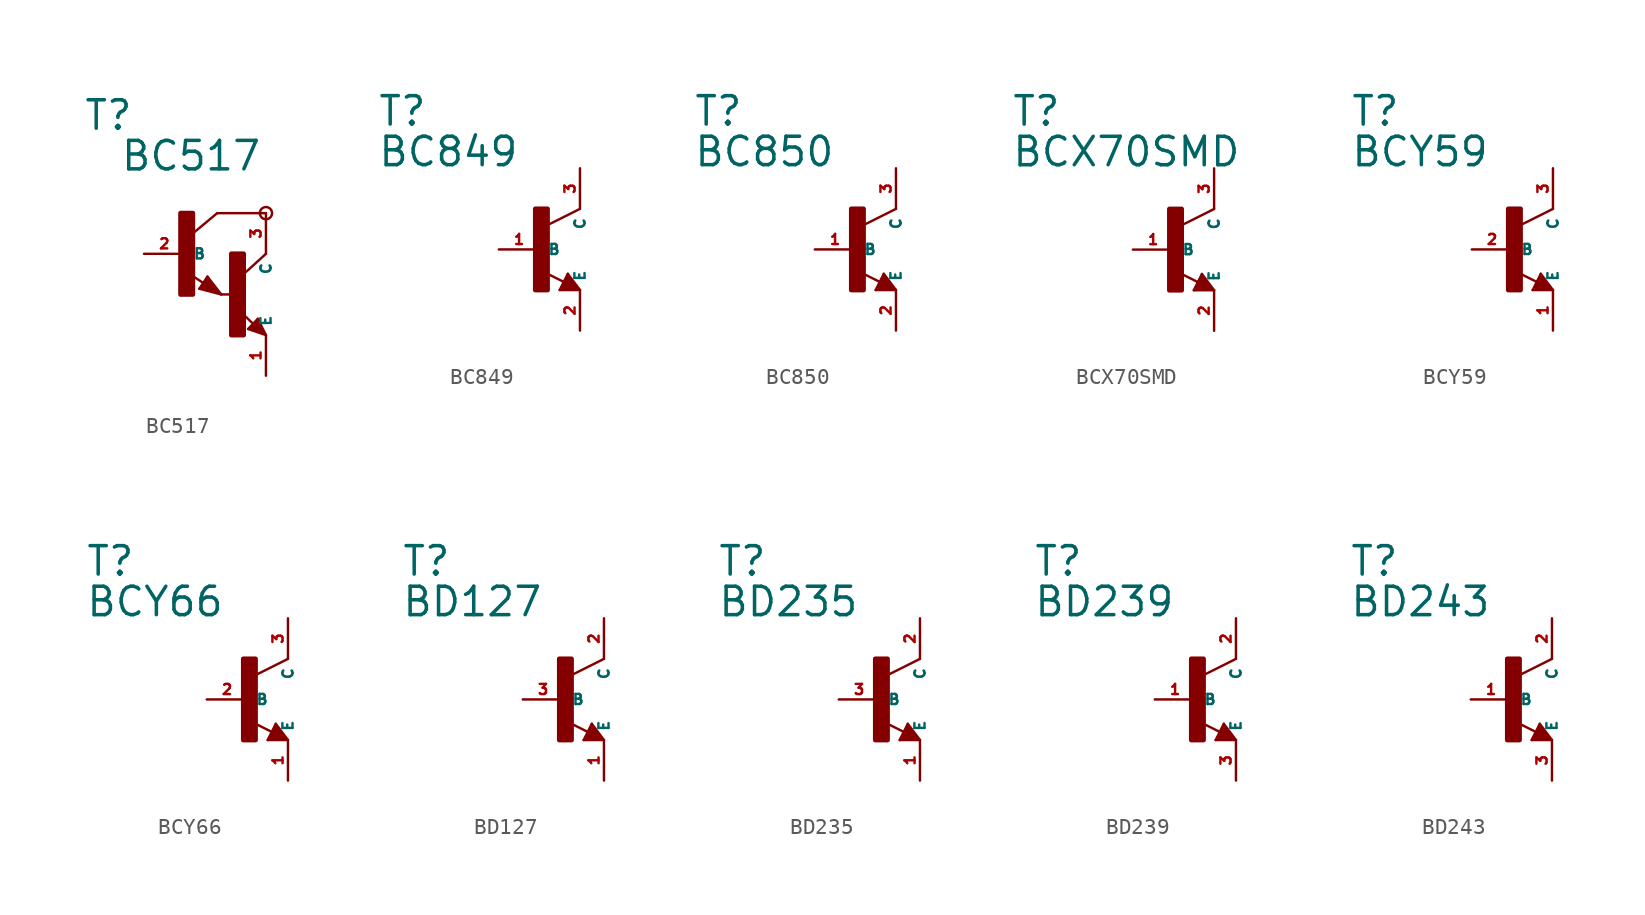
<source format=kicad_sym>
(kicad_symbol_lib
  (version 20220914)
  (generator Eagle2Kicad)
  (symbol "BC517"
    (property "Reference" "T"
      (at -6.35 7.62 0)
      (effects (font (size 1.778 1.778) (thickness 0.22)) (justify left bottom)))
    (property "Value" "BC517"
      (at -4.064 5.08 0)
      (effects (font (size 1.778 1.778) (thickness 0.22)) (justify left bottom)))
    (polyline
      (pts (xy 5.08 2.54) (xy 2.032 2.54))
      (stroke (width 0.152) (type default))
      (fill (type none)))
    (polyline
      (pts (xy 1.424 -1.424) (xy 2.286 -2.54))
      (stroke (width 0.152) (type default))
      (fill (type none)))
    (polyline
      (pts (xy 2.921 -2.54) (xy 2.286 -2.54))
      (stroke (width 0.152) (type default))
      (fill (type none)))
    (polyline
      (pts (xy 0.916 -2.186) (xy 1.424 -1.424))
      (stroke (width 0.152) (type default))
      (fill (type none)))
    (polyline
      (pts (xy 2.286 -2.54) (xy 0.916 -2.186))
      (stroke (width 0.152) (type default))
      (fill (type none)))
    (polyline
      (pts (xy 2.032 2.54) (xy 0.508 1.27))
      (stroke (width 0.152) (type default))
      (fill (type none)))
    (polyline
      (pts (xy 5.08 0) (xy 3.683 -1.27))
      (stroke (width 0.152) (type default))
      (fill (type none)))
    (polyline
      (pts (xy 5.08 -5.08) (xy 3.964 -4.699))
      (stroke (width 0.152) (type default))
      (fill (type none)))
    (polyline
      (pts (xy 4.572 -4.064) (xy 5.08 -5.08))
      (stroke (width 0.152) (type default))
      (fill (type none)))
    (polyline
      (pts (xy 3.964 -4.699) (xy 4.572 -4.064))
      (stroke (width 0.152) (type default))
      (fill (type none)))
    (polyline
      (pts (xy 1.186 -1.84) (xy 0.208 -1.197))
      (stroke (width 0.152) (type default))
      (fill (type none)))
    (polyline
      (pts (xy 4.28 -4.38) (xy 3.483 -3.61))
      (stroke (width 0.152) (type default))
      (fill (type none)))
    (polyline
      (pts (xy 2.159 -2.413) (xy 1.397 -1.524))
      (stroke (width 0.127) (type default))
      (fill (type none)))
    (polyline
      (pts (xy 1.397 -1.524) (xy 1.016 -2.159))
      (stroke (width 0.127) (type default))
      (fill (type none)))
    (polyline
      (pts (xy 1.016 -2.159) (xy 2.032 -2.413))
      (stroke (width 0.127) (type default))
      (fill (type none)))
    (polyline
      (pts (xy 2.032 -2.413) (xy 1.397 -1.651))
      (stroke (width 0.127) (type default))
      (fill (type none)))
    (polyline
      (pts (xy 1.397 -1.651) (xy 1.143 -2.032))
      (stroke (width 0.127) (type default))
      (fill (type none)))
    (polyline
      (pts (xy 1.143 -2.032) (xy 1.905 -2.286))
      (stroke (width 0.254) (type default))
      (fill (type none)))
    (polyline
      (pts (xy 1.905 -2.286) (xy 1.397 -1.778))
      (stroke (width 0.254) (type default))
      (fill (type none)))
    (polyline
      (pts (xy 1.397 -1.778) (xy 1.397 -1.905))
      (stroke (width 0.254) (type default))
      (fill (type none)))
    (polyline
      (pts (xy 4.953 -4.953) (xy 4.572 -4.191))
      (stroke (width 0.127) (type default))
      (fill (type none)))
    (polyline
      (pts (xy 4.572 -4.191) (xy 4.064 -4.699))
      (stroke (width 0.127) (type default))
      (fill (type none)))
    (polyline
      (pts (xy 4.064 -4.699) (xy 4.826 -4.953))
      (stroke (width 0.127) (type default))
      (fill (type none)))
    (polyline
      (pts (xy 4.826 -4.953) (xy 4.572 -4.318))
      (stroke (width 0.127) (type default))
      (fill (type none)))
    (polyline
      (pts (xy 4.572 -4.318) (xy 4.191 -4.699))
      (stroke (width 0.254) (type default))
      (fill (type none)))
    (polyline
      (pts (xy 4.191 -4.699) (xy 4.699 -4.826))
      (stroke (width 0.254) (type default))
      (fill (type none)))
    (polyline
      (pts (xy 4.699 -4.826) (xy 4.572 -4.572))
      (stroke (width 0.254) (type default))
      (fill (type none)))
    (polyline
      (pts (xy 4.572 -4.572) (xy 4.445 -4.572))
      (stroke (width 0.254) (type default))
      (fill (type none)))
    (circle
      (center 5.08 2.54)
      (radius 0.381)
      (stroke (width 0) (type default))
      (fill (type none)))
    (rectangle
      (start -0.254 -2.54)
      (end 0.508 2.54)
      (stroke (width 0.3) (type default))
      (fill (type outline)))
    (rectangle
      (start 2.921 -5.08)
      (end 3.683 0)
      (stroke (width 0.3) (type default))
      (fill (type outline)))
    (pin passive line
      (at -2.54 0 0)
      (length 2.54)
      (name "B" (effects (font (size 0.635 0.635) (thickness 0.08)) (justify left bottom)))
      (number "2" (effects (font (size 0.635 0.635) (thickness 0.08)) (justify left bottom))))
    (pin passive line
      (at 5.08 -7.62 90)
      (length 2.54)
      (name "E" (effects (font (size 0.635 0.635) (thickness 0.08)) (justify left bottom)))
      (number "1" (effects (font (size 0.635 0.635) (thickness 0.08)) (justify left bottom))))
    (pin passive line
      (at 5.08 2.54 270)
      (length 2.54)
      (name "C" (effects (font (size 0.635 0.635) (thickness 0.08)) (justify left bottom)))
      (number "3" (effects (font (size 0.635 0.635) (thickness 0.08)) (justify left bottom)))))
  (symbol "BC849"
    (property "Reference" "T"
      (at -10.16 7.62 0)
      (effects (font (size 1.778 1.778) (thickness 0.22)) (justify left bottom)))
    (property "Value" "BC849"
      (at -10.16 5.08 0)
      (effects (font (size 1.778 1.778) (thickness 0.22)) (justify left bottom)))
    (polyline
      (pts (xy 2.54 2.54) (xy 0.508 1.524))
      (stroke (width 0.152) (type default))
      (fill (type none)))
    (polyline
      (pts (xy 1.778 -1.524) (xy 2.54 -2.54))
      (stroke (width 0.152) (type default))
      (fill (type none)))
    (polyline
      (pts (xy 2.54 -2.54) (xy 1.27 -2.54))
      (stroke (width 0.152) (type default))
      (fill (type none)))
    (polyline
      (pts (xy 1.27 -2.54) (xy 1.778 -1.524))
      (stroke (width 0.152) (type default))
      (fill (type none)))
    (polyline
      (pts (xy 1.54 -2.04) (xy 0.308 -1.424))
      (stroke (width 0.152) (type default))
      (fill (type none)))
    (polyline
      (pts (xy 1.524 -2.413) (xy 2.286 -2.413))
      (stroke (width 0.254) (type default))
      (fill (type none)))
    (polyline
      (pts (xy 2.286 -2.413) (xy 1.778 -1.778))
      (stroke (width 0.254) (type default))
      (fill (type none)))
    (polyline
      (pts (xy 1.778 -1.778) (xy 1.524 -2.286))
      (stroke (width 0.254) (type default))
      (fill (type none)))
    (polyline
      (pts (xy 1.524 -2.286) (xy 1.905 -2.286))
      (stroke (width 0.254) (type default))
      (fill (type none)))
    (polyline
      (pts (xy 1.905 -2.286) (xy 1.778 -2.032))
      (stroke (width 0.254) (type default))
      (fill (type none)))
    (rectangle
      (start -0.254 -2.54)
      (end 0.508 2.54)
      (stroke (width 0.3) (type default))
      (fill (type outline)))
    (pin passive line
      (at -2.54 0 0)
      (length 2.54)
      (name "B" (effects (font (size 0.635 0.635) (thickness 0.08)) (justify left bottom)))
      (number "1" (effects (font (size 0.635 0.635) (thickness 0.08)) (justify left bottom))))
    (pin passive line
      (at 2.54 -5.08 90)
      (length 2.54)
      (name "E" (effects (font (size 0.635 0.635) (thickness 0.08)) (justify left bottom)))
      (number "2" (effects (font (size 0.635 0.635) (thickness 0.08)) (justify left bottom))))
    (pin passive line
      (at 2.54 5.08 270)
      (length 2.54)
      (name "C" (effects (font (size 0.635 0.635) (thickness 0.08)) (justify left bottom)))
      (number "3" (effects (font (size 0.635 0.635) (thickness 0.08)) (justify left bottom)))))
  (symbol "BC850"
    (property "Reference" "T"
      (at -10.16 7.62 0)
      (effects (font (size 1.778 1.778) (thickness 0.22)) (justify left bottom)))
    (property "Value" "BC850"
      (at -10.16 5.08 0)
      (effects (font (size 1.778 1.778) (thickness 0.22)) (justify left bottom)))
    (polyline
      (pts (xy 2.54 2.54) (xy 0.508 1.524))
      (stroke (width 0.152) (type default))
      (fill (type none)))
    (polyline
      (pts (xy 1.778 -1.524) (xy 2.54 -2.54))
      (stroke (width 0.152) (type default))
      (fill (type none)))
    (polyline
      (pts (xy 2.54 -2.54) (xy 1.27 -2.54))
      (stroke (width 0.152) (type default))
      (fill (type none)))
    (polyline
      (pts (xy 1.27 -2.54) (xy 1.778 -1.524))
      (stroke (width 0.152) (type default))
      (fill (type none)))
    (polyline
      (pts (xy 1.54 -2.04) (xy 0.308 -1.424))
      (stroke (width 0.152) (type default))
      (fill (type none)))
    (polyline
      (pts (xy 1.524 -2.413) (xy 2.286 -2.413))
      (stroke (width 0.254) (type default))
      (fill (type none)))
    (polyline
      (pts (xy 2.286 -2.413) (xy 1.778 -1.778))
      (stroke (width 0.254) (type default))
      (fill (type none)))
    (polyline
      (pts (xy 1.778 -1.778) (xy 1.524 -2.286))
      (stroke (width 0.254) (type default))
      (fill (type none)))
    (polyline
      (pts (xy 1.524 -2.286) (xy 1.905 -2.286))
      (stroke (width 0.254) (type default))
      (fill (type none)))
    (polyline
      (pts (xy 1.905 -2.286) (xy 1.778 -2.032))
      (stroke (width 0.254) (type default))
      (fill (type none)))
    (rectangle
      (start -0.254 -2.54)
      (end 0.508 2.54)
      (stroke (width 0.3) (type default))
      (fill (type outline)))
    (pin passive line
      (at -2.54 0 0)
      (length 2.54)
      (name "B" (effects (font (size 0.635 0.635) (thickness 0.08)) (justify left bottom)))
      (number "1" (effects (font (size 0.635 0.635) (thickness 0.08)) (justify left bottom))))
    (pin passive line
      (at 2.54 -5.08 90)
      (length 2.54)
      (name "E" (effects (font (size 0.635 0.635) (thickness 0.08)) (justify left bottom)))
      (number "2" (effects (font (size 0.635 0.635) (thickness 0.08)) (justify left bottom))))
    (pin passive line
      (at 2.54 5.08 270)
      (length 2.54)
      (name "C" (effects (font (size 0.635 0.635) (thickness 0.08)) (justify left bottom)))
      (number "3" (effects (font (size 0.635 0.635) (thickness 0.08)) (justify left bottom)))))
  (symbol "BCX70SMD"
    (property "Reference" "T"
      (at -10.16 7.62 0)
      (effects (font (size 1.778 1.778) (thickness 0.22)) (justify left bottom)))
    (property "Value" "BCX70SMD"
      (at -10.16 5.08 0)
      (effects (font (size 1.778 1.778) (thickness 0.22)) (justify left bottom)))
    (polyline
      (pts (xy 2.54 2.54) (xy 0.508 1.524))
      (stroke (width 0.152) (type default))
      (fill (type none)))
    (polyline
      (pts (xy 1.778 -1.524) (xy 2.54 -2.54))
      (stroke (width 0.152) (type default))
      (fill (type none)))
    (polyline
      (pts (xy 2.54 -2.54) (xy 1.27 -2.54))
      (stroke (width 0.152) (type default))
      (fill (type none)))
    (polyline
      (pts (xy 1.27 -2.54) (xy 1.778 -1.524))
      (stroke (width 0.152) (type default))
      (fill (type none)))
    (polyline
      (pts (xy 1.54 -2.04) (xy 0.308 -1.424))
      (stroke (width 0.152) (type default))
      (fill (type none)))
    (polyline
      (pts (xy 1.524 -2.413) (xy 2.286 -2.413))
      (stroke (width 0.254) (type default))
      (fill (type none)))
    (polyline
      (pts (xy 2.286 -2.413) (xy 1.778 -1.778))
      (stroke (width 0.254) (type default))
      (fill (type none)))
    (polyline
      (pts (xy 1.778 -1.778) (xy 1.524 -2.286))
      (stroke (width 0.254) (type default))
      (fill (type none)))
    (polyline
      (pts (xy 1.524 -2.286) (xy 1.905 -2.286))
      (stroke (width 0.254) (type default))
      (fill (type none)))
    (polyline
      (pts (xy 1.905 -2.286) (xy 1.778 -2.032))
      (stroke (width 0.254) (type default))
      (fill (type none)))
    (rectangle
      (start -0.254 -2.54)
      (end 0.508 2.54)
      (stroke (width 0.3) (type default))
      (fill (type outline)))
    (pin passive line
      (at -2.54 0 0)
      (length 2.54)
      (name "B" (effects (font (size 0.635 0.635) (thickness 0.08)) (justify left bottom)))
      (number "1" (effects (font (size 0.635 0.635) (thickness 0.08)) (justify left bottom))))
    (pin passive line
      (at 2.54 -5.08 90)
      (length 2.54)
      (name "E" (effects (font (size 0.635 0.635) (thickness 0.08)) (justify left bottom)))
      (number "2" (effects (font (size 0.635 0.635) (thickness 0.08)) (justify left bottom))))
    (pin passive line
      (at 2.54 5.08 270)
      (length 2.54)
      (name "C" (effects (font (size 0.635 0.635) (thickness 0.08)) (justify left bottom)))
      (number "3" (effects (font (size 0.635 0.635) (thickness 0.08)) (justify left bottom)))))
  (symbol "BCY59"
    (property "Reference" "T"
      (at -10.16 7.62 0)
      (effects (font (size 1.778 1.778) (thickness 0.22)) (justify left bottom)))
    (property "Value" "BCY59"
      (at -10.16 5.08 0)
      (effects (font (size 1.778 1.778) (thickness 0.22)) (justify left bottom)))
    (polyline
      (pts (xy 2.54 2.54) (xy 0.508 1.524))
      (stroke (width 0.152) (type default))
      (fill (type none)))
    (polyline
      (pts (xy 1.778 -1.524) (xy 2.54 -2.54))
      (stroke (width 0.152) (type default))
      (fill (type none)))
    (polyline
      (pts (xy 2.54 -2.54) (xy 1.27 -2.54))
      (stroke (width 0.152) (type default))
      (fill (type none)))
    (polyline
      (pts (xy 1.27 -2.54) (xy 1.778 -1.524))
      (stroke (width 0.152) (type default))
      (fill (type none)))
    (polyline
      (pts (xy 1.54 -2.04) (xy 0.308 -1.424))
      (stroke (width 0.152) (type default))
      (fill (type none)))
    (polyline
      (pts (xy 1.524 -2.413) (xy 2.286 -2.413))
      (stroke (width 0.254) (type default))
      (fill (type none)))
    (polyline
      (pts (xy 2.286 -2.413) (xy 1.778 -1.778))
      (stroke (width 0.254) (type default))
      (fill (type none)))
    (polyline
      (pts (xy 1.778 -1.778) (xy 1.524 -2.286))
      (stroke (width 0.254) (type default))
      (fill (type none)))
    (polyline
      (pts (xy 1.524 -2.286) (xy 1.905 -2.286))
      (stroke (width 0.254) (type default))
      (fill (type none)))
    (polyline
      (pts (xy 1.905 -2.286) (xy 1.778 -2.032))
      (stroke (width 0.254) (type default))
      (fill (type none)))
    (rectangle
      (start -0.254 -2.54)
      (end 0.508 2.54)
      (stroke (width 0.3) (type default))
      (fill (type outline)))
    (pin passive line
      (at -2.54 0 0)
      (length 2.54)
      (name "B" (effects (font (size 0.635 0.635) (thickness 0.08)) (justify left bottom)))
      (number "2" (effects (font (size 0.635 0.635) (thickness 0.08)) (justify left bottom))))
    (pin passive line
      (at 2.54 -5.08 90)
      (length 2.54)
      (name "E" (effects (font (size 0.635 0.635) (thickness 0.08)) (justify left bottom)))
      (number "1" (effects (font (size 0.635 0.635) (thickness 0.08)) (justify left bottom))))
    (pin passive line
      (at 2.54 5.08 270)
      (length 2.54)
      (name "C" (effects (font (size 0.635 0.635) (thickness 0.08)) (justify left bottom)))
      (number "3" (effects (font (size 0.635 0.635) (thickness 0.08)) (justify left bottom)))))
  (symbol "BCY66"
    (property "Reference" "T"
      (at -10.16 7.62 0)
      (effects (font (size 1.778 1.778) (thickness 0.22)) (justify left bottom)))
    (property "Value" "BCY66"
      (at -10.16 5.08 0)
      (effects (font (size 1.778 1.778) (thickness 0.22)) (justify left bottom)))
    (polyline
      (pts (xy 2.54 2.54) (xy 0.508 1.524))
      (stroke (width 0.152) (type default))
      (fill (type none)))
    (polyline
      (pts (xy 1.778 -1.524) (xy 2.54 -2.54))
      (stroke (width 0.152) (type default))
      (fill (type none)))
    (polyline
      (pts (xy 2.54 -2.54) (xy 1.27 -2.54))
      (stroke (width 0.152) (type default))
      (fill (type none)))
    (polyline
      (pts (xy 1.27 -2.54) (xy 1.778 -1.524))
      (stroke (width 0.152) (type default))
      (fill (type none)))
    (polyline
      (pts (xy 1.54 -2.04) (xy 0.308 -1.424))
      (stroke (width 0.152) (type default))
      (fill (type none)))
    (polyline
      (pts (xy 1.524 -2.413) (xy 2.286 -2.413))
      (stroke (width 0.254) (type default))
      (fill (type none)))
    (polyline
      (pts (xy 2.286 -2.413) (xy 1.778 -1.778))
      (stroke (width 0.254) (type default))
      (fill (type none)))
    (polyline
      (pts (xy 1.778 -1.778) (xy 1.524 -2.286))
      (stroke (width 0.254) (type default))
      (fill (type none)))
    (polyline
      (pts (xy 1.524 -2.286) (xy 1.905 -2.286))
      (stroke (width 0.254) (type default))
      (fill (type none)))
    (polyline
      (pts (xy 1.905 -2.286) (xy 1.778 -2.032))
      (stroke (width 0.254) (type default))
      (fill (type none)))
    (rectangle
      (start -0.254 -2.54)
      (end 0.508 2.54)
      (stroke (width 0.3) (type default))
      (fill (type outline)))
    (pin passive line
      (at -2.54 0 0)
      (length 2.54)
      (name "B" (effects (font (size 0.635 0.635) (thickness 0.08)) (justify left bottom)))
      (number "2" (effects (font (size 0.635 0.635) (thickness 0.08)) (justify left bottom))))
    (pin passive line
      (at 2.54 -5.08 90)
      (length 2.54)
      (name "E" (effects (font (size 0.635 0.635) (thickness 0.08)) (justify left bottom)))
      (number "1" (effects (font (size 0.635 0.635) (thickness 0.08)) (justify left bottom))))
    (pin passive line
      (at 2.54 5.08 270)
      (length 2.54)
      (name "C" (effects (font (size 0.635 0.635) (thickness 0.08)) (justify left bottom)))
      (number "3" (effects (font (size 0.635 0.635) (thickness 0.08)) (justify left bottom)))))
  (symbol "BD127"
    (property "Reference" "T"
      (at -10.16 7.62 0)
      (effects (font (size 1.778 1.778) (thickness 0.22)) (justify left bottom)))
    (property "Value" "BD127"
      (at -10.16 5.08 0)
      (effects (font (size 1.778 1.778) (thickness 0.22)) (justify left bottom)))
    (polyline
      (pts (xy 2.54 2.54) (xy 0.508 1.524))
      (stroke (width 0.152) (type default))
      (fill (type none)))
    (polyline
      (pts (xy 1.778 -1.524) (xy 2.54 -2.54))
      (stroke (width 0.152) (type default))
      (fill (type none)))
    (polyline
      (pts (xy 2.54 -2.54) (xy 1.27 -2.54))
      (stroke (width 0.152) (type default))
      (fill (type none)))
    (polyline
      (pts (xy 1.27 -2.54) (xy 1.778 -1.524))
      (stroke (width 0.152) (type default))
      (fill (type none)))
    (polyline
      (pts (xy 1.54 -2.04) (xy 0.308 -1.424))
      (stroke (width 0.152) (type default))
      (fill (type none)))
    (polyline
      (pts (xy 1.524 -2.413) (xy 2.286 -2.413))
      (stroke (width 0.254) (type default))
      (fill (type none)))
    (polyline
      (pts (xy 2.286 -2.413) (xy 1.778 -1.778))
      (stroke (width 0.254) (type default))
      (fill (type none)))
    (polyline
      (pts (xy 1.778 -1.778) (xy 1.524 -2.286))
      (stroke (width 0.254) (type default))
      (fill (type none)))
    (polyline
      (pts (xy 1.524 -2.286) (xy 1.905 -2.286))
      (stroke (width 0.254) (type default))
      (fill (type none)))
    (polyline
      (pts (xy 1.905 -2.286) (xy 1.778 -2.032))
      (stroke (width 0.254) (type default))
      (fill (type none)))
    (rectangle
      (start -0.254 -2.54)
      (end 0.508 2.54)
      (stroke (width 0.3) (type default))
      (fill (type outline)))
    (pin passive line
      (at -2.54 0 0)
      (length 2.54)
      (name "B" (effects (font (size 0.635 0.635) (thickness 0.08)) (justify left bottom)))
      (number "3" (effects (font (size 0.635 0.635) (thickness 0.08)) (justify left bottom))))
    (pin passive line
      (at 2.54 -5.08 90)
      (length 2.54)
      (name "E" (effects (font (size 0.635 0.635) (thickness 0.08)) (justify left bottom)))
      (number "1" (effects (font (size 0.635 0.635) (thickness 0.08)) (justify left bottom))))
    (pin passive line
      (at 2.54 5.08 270)
      (length 2.54)
      (name "C" (effects (font (size 0.635 0.635) (thickness 0.08)) (justify left bottom)))
      (number "2" (effects (font (size 0.635 0.635) (thickness 0.08)) (justify left bottom)))))
  (symbol "BD235"
    (property "Reference" "T"
      (at -10.16 7.62 0)
      (effects (font (size 1.778 1.778) (thickness 0.22)) (justify left bottom)))
    (property "Value" "BD235"
      (at -10.16 5.08 0)
      (effects (font (size 1.778 1.778) (thickness 0.22)) (justify left bottom)))
    (polyline
      (pts (xy 2.54 2.54) (xy 0.508 1.524))
      (stroke (width 0.152) (type default))
      (fill (type none)))
    (polyline
      (pts (xy 1.778 -1.524) (xy 2.54 -2.54))
      (stroke (width 0.152) (type default))
      (fill (type none)))
    (polyline
      (pts (xy 2.54 -2.54) (xy 1.27 -2.54))
      (stroke (width 0.152) (type default))
      (fill (type none)))
    (polyline
      (pts (xy 1.27 -2.54) (xy 1.778 -1.524))
      (stroke (width 0.152) (type default))
      (fill (type none)))
    (polyline
      (pts (xy 1.54 -2.04) (xy 0.308 -1.424))
      (stroke (width 0.152) (type default))
      (fill (type none)))
    (polyline
      (pts (xy 1.524 -2.413) (xy 2.286 -2.413))
      (stroke (width 0.254) (type default))
      (fill (type none)))
    (polyline
      (pts (xy 2.286 -2.413) (xy 1.778 -1.778))
      (stroke (width 0.254) (type default))
      (fill (type none)))
    (polyline
      (pts (xy 1.778 -1.778) (xy 1.524 -2.286))
      (stroke (width 0.254) (type default))
      (fill (type none)))
    (polyline
      (pts (xy 1.524 -2.286) (xy 1.905 -2.286))
      (stroke (width 0.254) (type default))
      (fill (type none)))
    (polyline
      (pts (xy 1.905 -2.286) (xy 1.778 -2.032))
      (stroke (width 0.254) (type default))
      (fill (type none)))
    (rectangle
      (start -0.254 -2.54)
      (end 0.508 2.54)
      (stroke (width 0.3) (type default))
      (fill (type outline)))
    (pin passive line
      (at -2.54 0 0)
      (length 2.54)
      (name "B" (effects (font (size 0.635 0.635) (thickness 0.08)) (justify left bottom)))
      (number "3" (effects (font (size 0.635 0.635) (thickness 0.08)) (justify left bottom))))
    (pin passive line
      (at 2.54 -5.08 90)
      (length 2.54)
      (name "E" (effects (font (size 0.635 0.635) (thickness 0.08)) (justify left bottom)))
      (number "1" (effects (font (size 0.635 0.635) (thickness 0.08)) (justify left bottom))))
    (pin passive line
      (at 2.54 5.08 270)
      (length 2.54)
      (name "C" (effects (font (size 0.635 0.635) (thickness 0.08)) (justify left bottom)))
      (number "2" (effects (font (size 0.635 0.635) (thickness 0.08)) (justify left bottom)))))
  (symbol "BD239"
    (property "Reference" "T"
      (at -10.16 7.62 0)
      (effects (font (size 1.778 1.778) (thickness 0.22)) (justify left bottom)))
    (property "Value" "BD239"
      (at -10.16 5.08 0)
      (effects (font (size 1.778 1.778) (thickness 0.22)) (justify left bottom)))
    (polyline
      (pts (xy 2.54 2.54) (xy 0.508 1.524))
      (stroke (width 0.152) (type default))
      (fill (type none)))
    (polyline
      (pts (xy 1.778 -1.524) (xy 2.54 -2.54))
      (stroke (width 0.152) (type default))
      (fill (type none)))
    (polyline
      (pts (xy 2.54 -2.54) (xy 1.27 -2.54))
      (stroke (width 0.152) (type default))
      (fill (type none)))
    (polyline
      (pts (xy 1.27 -2.54) (xy 1.778 -1.524))
      (stroke (width 0.152) (type default))
      (fill (type none)))
    (polyline
      (pts (xy 1.54 -2.04) (xy 0.308 -1.424))
      (stroke (width 0.152) (type default))
      (fill (type none)))
    (polyline
      (pts (xy 1.524 -2.413) (xy 2.286 -2.413))
      (stroke (width 0.254) (type default))
      (fill (type none)))
    (polyline
      (pts (xy 2.286 -2.413) (xy 1.778 -1.778))
      (stroke (width 0.254) (type default))
      (fill (type none)))
    (polyline
      (pts (xy 1.778 -1.778) (xy 1.524 -2.286))
      (stroke (width 0.254) (type default))
      (fill (type none)))
    (polyline
      (pts (xy 1.524 -2.286) (xy 1.905 -2.286))
      (stroke (width 0.254) (type default))
      (fill (type none)))
    (polyline
      (pts (xy 1.905 -2.286) (xy 1.778 -2.032))
      (stroke (width 0.254) (type default))
      (fill (type none)))
    (rectangle
      (start -0.254 -2.54)
      (end 0.508 2.54)
      (stroke (width 0.3) (type default))
      (fill (type outline)))
    (pin passive line
      (at -2.54 0 0)
      (length 2.54)
      (name "B" (effects (font (size 0.635 0.635) (thickness 0.08)) (justify left bottom)))
      (number "1" (effects (font (size 0.635 0.635) (thickness 0.08)) (justify left bottom))))
    (pin passive line
      (at 2.54 -5.08 90)
      (length 2.54)
      (name "E" (effects (font (size 0.635 0.635) (thickness 0.08)) (justify left bottom)))
      (number "3" (effects (font (size 0.635 0.635) (thickness 0.08)) (justify left bottom))))
    (pin passive line
      (at 2.54 5.08 270)
      (length 2.54)
      (name "C" (effects (font (size 0.635 0.635) (thickness 0.08)) (justify left bottom)))
      (number "2" (effects (font (size 0.635 0.635) (thickness 0.08)) (justify left bottom)))))
  (symbol "BD243"
    (property "Reference" "T"
      (at -10.16 7.62 0)
      (effects (font (size 1.778 1.778) (thickness 0.22)) (justify left bottom)))
    (property "Value" "BD243"
      (at -10.16 5.08 0)
      (effects (font (size 1.778 1.778) (thickness 0.22)) (justify left bottom)))
    (polyline
      (pts (xy 2.54 2.54) (xy 0.508 1.524))
      (stroke (width 0.152) (type default))
      (fill (type none)))
    (polyline
      (pts (xy 1.778 -1.524) (xy 2.54 -2.54))
      (stroke (width 0.152) (type default))
      (fill (type none)))
    (polyline
      (pts (xy 2.54 -2.54) (xy 1.27 -2.54))
      (stroke (width 0.152) (type default))
      (fill (type none)))
    (polyline
      (pts (xy 1.27 -2.54) (xy 1.778 -1.524))
      (stroke (width 0.152) (type default))
      (fill (type none)))
    (polyline
      (pts (xy 1.54 -2.04) (xy 0.308 -1.424))
      (stroke (width 0.152) (type default))
      (fill (type none)))
    (polyline
      (pts (xy 1.524 -2.413) (xy 2.286 -2.413))
      (stroke (width 0.254) (type default))
      (fill (type none)))
    (polyline
      (pts (xy 2.286 -2.413) (xy 1.778 -1.778))
      (stroke (width 0.254) (type default))
      (fill (type none)))
    (polyline
      (pts (xy 1.778 -1.778) (xy 1.524 -2.286))
      (stroke (width 0.254) (type default))
      (fill (type none)))
    (polyline
      (pts (xy 1.524 -2.286) (xy 1.905 -2.286))
      (stroke (width 0.254) (type default))
      (fill (type none)))
    (polyline
      (pts (xy 1.905 -2.286) (xy 1.778 -2.032))
      (stroke (width 0.254) (type default))
      (fill (type none)))
    (rectangle
      (start -0.254 -2.54)
      (end 0.508 2.54)
      (stroke (width 0.3) (type default))
      (fill (type outline)))
    (pin passive line
      (at -2.54 0 0)
      (length 2.54)
      (name "B" (effects (font (size 0.635 0.635) (thickness 0.08)) (justify left bottom)))
      (number "1" (effects (font (size 0.635 0.635) (thickness 0.08)) (justify left bottom))))
    (pin passive line
      (at 2.54 -5.08 90)
      (length 2.54)
      (name "E" (effects (font (size 0.635 0.635) (thickness 0.08)) (justify left bottom)))
      (number "3" (effects (font (size 0.635 0.635) (thickness 0.08)) (justify left bottom))))
    (pin passive line
      (at 2.54 5.08 270)
      (length 2.54)
      (name "C" (effects (font (size 0.635 0.635) (thickness 0.08)) (justify left bottom)))
      (number "2" (effects (font (size 0.635 0.635) (thickness 0.08)) (justify left bottom))))))
</source>
